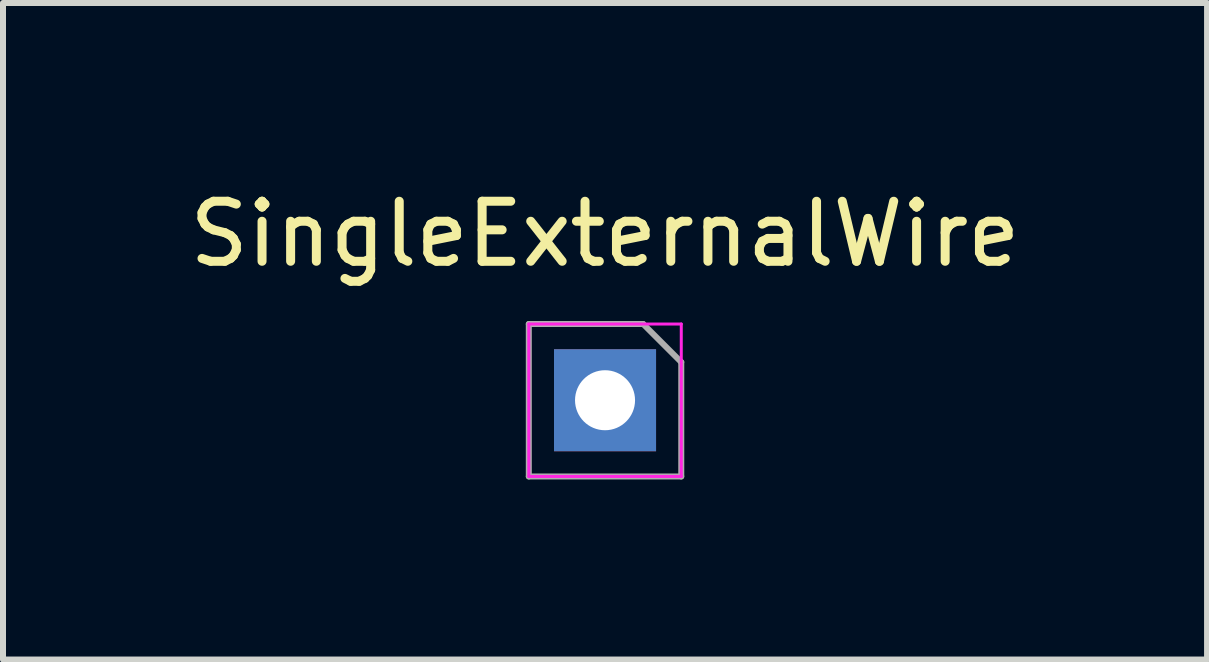
<source format=kicad_pcb>
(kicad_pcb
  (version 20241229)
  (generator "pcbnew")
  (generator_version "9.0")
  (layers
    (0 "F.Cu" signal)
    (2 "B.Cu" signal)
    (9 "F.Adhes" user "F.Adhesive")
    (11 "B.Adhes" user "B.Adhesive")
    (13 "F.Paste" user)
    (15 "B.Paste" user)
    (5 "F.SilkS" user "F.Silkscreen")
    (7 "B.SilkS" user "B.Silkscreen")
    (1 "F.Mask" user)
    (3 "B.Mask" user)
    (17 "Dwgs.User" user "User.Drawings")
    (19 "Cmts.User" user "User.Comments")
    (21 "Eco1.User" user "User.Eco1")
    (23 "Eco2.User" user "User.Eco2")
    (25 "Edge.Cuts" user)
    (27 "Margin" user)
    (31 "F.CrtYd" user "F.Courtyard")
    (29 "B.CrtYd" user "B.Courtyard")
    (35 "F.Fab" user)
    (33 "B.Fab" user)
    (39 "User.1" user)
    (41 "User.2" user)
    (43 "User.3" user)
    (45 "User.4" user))
  (footprint "SingleExternalWire"
    (layer "F.Cu")
    (at 7.03 3.618)
    (property "Reference" "SingleExternalWire" (at 0 -2.77 0) (layer "F.SilkS") (effects (font (size 1 1) (thickness 0.15))))
    (attr through_hole)
    (fp_line (start -1.27 -1.27) (end 1.27 -1.27) (stroke (width 0.05) (type solid)) (layer "F.CrtYd"))
    (fp_line (start -1.27 1.27) (end -1.27 -1.27) (stroke (width 0.05) (type solid)) (layer "F.CrtYd"))
    (fp_line (start 1.27 -1.27) (end 1.27 1.27) (stroke (width 0.05) (type solid)) (layer "F.CrtYd"))
    (fp_line (start 1.27 1.27) (end -1.27 1.27) (stroke (width 0.05) (type solid)) (layer "F.CrtYd"))
    (fp_line (start -1.27 -1.27) (end 0.635 -1.27) (stroke (width 0.1) (type solid)) (layer "F.Fab"))
    (fp_line (start -1.27 1.27) (end -1.27 -1.27) (stroke (width 0.1) (type solid)) (layer "F.Fab"))
    (fp_line (start 0.635 -1.27) (end 1.27 -0.635) (stroke (width 0.1) (type solid)) (layer "F.Fab"))
    (fp_line (start 1.27 -0.635) (end 1.27 1.27) (stroke (width 0.1) (type solid)) (layer "F.Fab"))
    (fp_line (start 1.27 1.27) (end -1.27 1.27) (stroke (width 0.1) (type solid)) (layer "F.Fab"))
    (pad "1" thru_hole rect (at 0 0) (size 1.7 1.7) (drill 1) (layers "*.Cu" "*.Mask")))
  (gr_rect
    (start -3 -3)
    (end 17.06 7.938)
    (stroke (width 0.1) (type default))
    (fill no)
    (layer "Edge.Cuts")))
</source>
